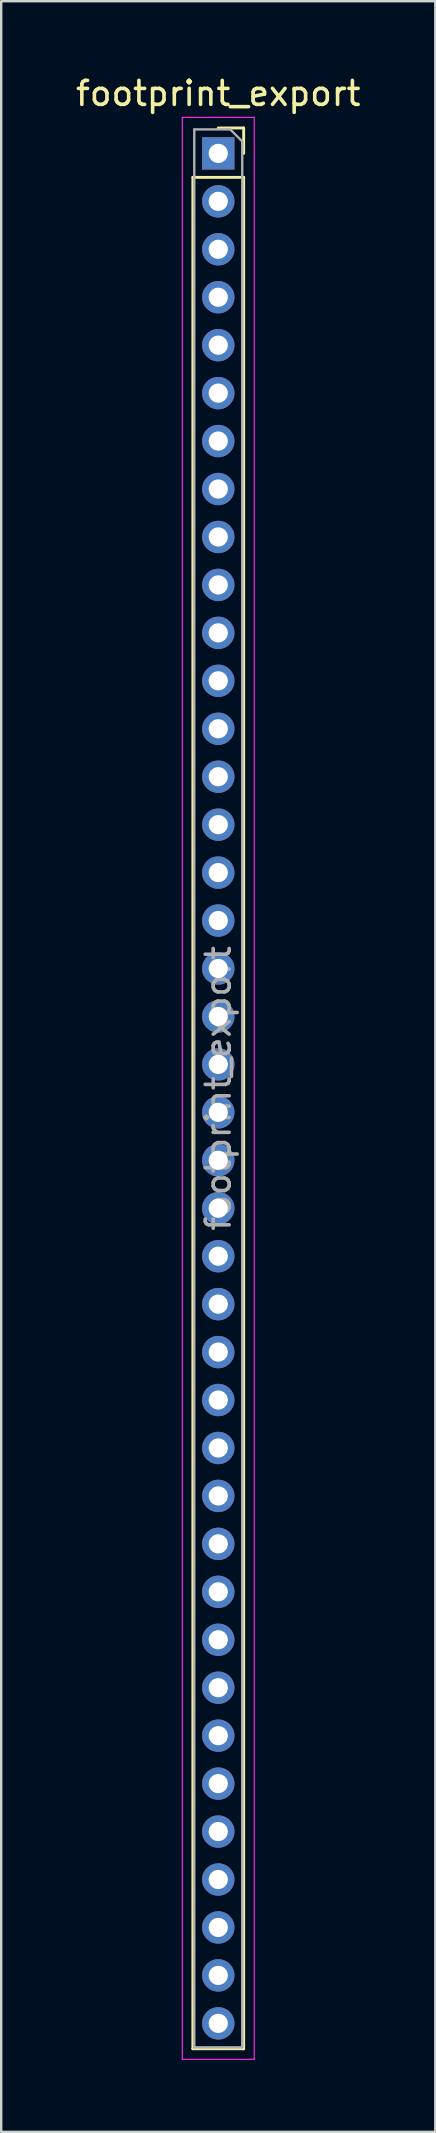
<source format=kicad_pcb>
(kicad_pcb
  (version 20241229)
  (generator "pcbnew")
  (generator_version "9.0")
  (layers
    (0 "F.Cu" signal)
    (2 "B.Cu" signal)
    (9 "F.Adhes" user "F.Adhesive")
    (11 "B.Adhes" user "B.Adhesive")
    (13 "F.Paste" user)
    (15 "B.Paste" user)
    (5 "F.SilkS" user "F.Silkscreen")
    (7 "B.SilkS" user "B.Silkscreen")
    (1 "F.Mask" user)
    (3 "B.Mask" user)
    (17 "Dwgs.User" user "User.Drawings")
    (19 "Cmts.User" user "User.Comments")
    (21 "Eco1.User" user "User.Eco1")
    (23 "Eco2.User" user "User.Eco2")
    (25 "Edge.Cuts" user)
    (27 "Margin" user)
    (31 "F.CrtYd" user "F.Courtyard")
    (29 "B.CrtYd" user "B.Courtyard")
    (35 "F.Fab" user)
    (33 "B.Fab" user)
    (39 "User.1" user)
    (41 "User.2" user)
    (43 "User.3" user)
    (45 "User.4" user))
  (footprint "footprint_export"
    (layer "F.Cu")
    (at 6.054 3.348)
    (property "Reference" "footprint_export" (at 0 -2.5 0) (layer "F.SilkS") (effects (font (size 1 1) (thickness 0.15))))
    (attr through_hole)
    (fp_line (start -1.06 1) (end -1.06 79.06) (stroke (width 0.12) (type solid)) (layer "F.SilkS"))
    (fp_line (start -1.06 1) (end 1.06 1) (stroke (width 0.12) (type solid)) (layer "F.SilkS"))
    (fp_line (start -1.06 79.06) (end 1.06 79.06) (stroke (width 0.12) (type solid)) (layer "F.SilkS"))
    (fp_line (start 0 -1.06) (end 1.06 -1.06) (stroke (width 0.12) (type solid)) (layer "F.SilkS"))
    (fp_line (start 1.06 -1.06) (end 1.06 0) (stroke (width 0.12) (type solid)) (layer "F.SilkS"))
    (fp_line (start 1.06 1) (end 1.06 79.06) (stroke (width 0.12) (type solid)) (layer "F.SilkS"))
    (fp_line (start -1.5 -1.5) (end 1.5 -1.5) (stroke (width 0.05) (type solid)) (layer "F.CrtYd"))
    (fp_line (start -1.5 79.5) (end -1.5 -1.5) (stroke (width 0.05) (type solid)) (layer "F.CrtYd"))
    (fp_line (start 1.5 -1.5) (end 1.5 79.5) (stroke (width 0.05) (type solid)) (layer "F.CrtYd"))
    (fp_line (start 1.5 79.5) (end -1.5 79.5) (stroke (width 0.05) (type solid)) (layer "F.CrtYd"))
    (fp_line (start -1 -1) (end 0.5 -1) (stroke (width 0.1) (type solid)) (layer "F.Fab"))
    (fp_line (start -1 79) (end -1 -1) (stroke (width 0.1) (type solid)) (layer "F.Fab"))
    (fp_line (start 0.5 -1) (end 1 -0.5) (stroke (width 0.1) (type solid)) (layer "F.Fab"))
    (fp_line (start 1 -0.5) (end 1 79) (stroke (width 0.1) (type solid)) (layer "F.Fab"))
    (fp_line (start 1 79) (end -1 79) (stroke (width 0.1) (type solid)) (layer "F.Fab"))
    (fp_text user "${REFERENCE}" (at 0 39 90) (layer "F.Fab") (effects (font (size 1 1) (thickness 0.15))))
    (pad "1" thru_hole rect (at 0 0) (size 1.35 1.35) (drill 0.8) (layers "*.Cu" "*.Mask"))
    (pad "2" thru_hole oval (at 0 2) (size 1.35 1.35) (drill 0.8) (layers "*.Cu" "*.Mask"))
    (pad "3" thru_hole oval (at 0 4) (size 1.35 1.35) (drill 0.8) (layers "*.Cu" "*.Mask"))
    (pad "4" thru_hole oval (at 0 6) (size 1.35 1.35) (drill 0.8) (layers "*.Cu" "*.Mask"))
    (pad "5" thru_hole oval (at 0 8) (size 1.35 1.35) (drill 0.8) (layers "*.Cu" "*.Mask"))
    (pad "6" thru_hole oval (at 0 10) (size 1.35 1.35) (drill 0.8) (layers "*.Cu" "*.Mask"))
    (pad "7" thru_hole oval (at 0 12) (size 1.35 1.35) (drill 0.8) (layers "*.Cu" "*.Mask"))
    (pad "8" thru_hole oval (at 0 14) (size 1.35 1.35) (drill 0.8) (layers "*.Cu" "*.Mask"))
    (pad "9" thru_hole oval (at 0 16) (size 1.35 1.35) (drill 0.8) (layers "*.Cu" "*.Mask"))
    (pad "10" thru_hole oval (at 0 18) (size 1.35 1.35) (drill 0.8) (layers "*.Cu" "*.Mask"))
    (pad "11" thru_hole oval (at 0 20) (size 1.35 1.35) (drill 0.8) (layers "*.Cu" "*.Mask"))
    (pad "12" thru_hole oval (at 0 22) (size 1.35 1.35) (drill 0.8) (layers "*.Cu" "*.Mask"))
    (pad "13" thru_hole oval (at 0 24) (size 1.35 1.35) (drill 0.8) (layers "*.Cu" "*.Mask"))
    (pad "14" thru_hole oval (at 0 26) (size 1.35 1.35) (drill 0.8) (layers "*.Cu" "*.Mask"))
    (pad "15" thru_hole oval (at 0 28) (size 1.35 1.35) (drill 0.8) (layers "*.Cu" "*.Mask"))
    (pad "16" thru_hole oval (at 0 30) (size 1.35 1.35) (drill 0.8) (layers "*.Cu" "*.Mask"))
    (pad "17" thru_hole oval (at 0 32) (size 1.35 1.35) (drill 0.8) (layers "*.Cu" "*.Mask"))
    (pad "18" thru_hole oval (at 0 34) (size 1.35 1.35) (drill 0.8) (layers "*.Cu" "*.Mask"))
    (pad "19" thru_hole oval (at 0 36) (size 1.35 1.35) (drill 0.8) (layers "*.Cu" "*.Mask"))
    (pad "20" thru_hole oval (at 0 38) (size 1.35 1.35) (drill 0.8) (layers "*.Cu" "*.Mask"))
    (pad "21" thru_hole oval (at 0 40) (size 1.35 1.35) (drill 0.8) (layers "*.Cu" "*.Mask"))
    (pad "22" thru_hole oval (at 0 42) (size 1.35 1.35) (drill 0.8) (layers "*.Cu" "*.Mask"))
    (pad "23" thru_hole oval (at 0 44) (size 1.35 1.35) (drill 0.8) (layers "*.Cu" "*.Mask"))
    (pad "24" thru_hole oval (at 0 46) (size 1.35 1.35) (drill 0.8) (layers "*.Cu" "*.Mask"))
    (pad "25" thru_hole oval (at 0 48) (size 1.35 1.35) (drill 0.8) (layers "*.Cu" "*.Mask"))
    (pad "26" thru_hole oval (at 0 50) (size 1.35 1.35) (drill 0.8) (layers "*.Cu" "*.Mask"))
    (pad "27" thru_hole oval (at 0 52) (size 1.35 1.35) (drill 0.8) (layers "*.Cu" "*.Mask"))
    (pad "28" thru_hole oval (at 0 54) (size 1.35 1.35) (drill 0.8) (layers "*.Cu" "*.Mask"))
    (pad "29" thru_hole oval (at 0 56) (size 1.35 1.35) (drill 0.8) (layers "*.Cu" "*.Mask"))
    (pad "30" thru_hole oval (at 0 58) (size 1.35 1.35) (drill 0.8) (layers "*.Cu" "*.Mask"))
    (pad "31" thru_hole oval (at 0 60) (size 1.35 1.35) (drill 0.8) (layers "*.Cu" "*.Mask"))
    (pad "32" thru_hole oval (at 0 62) (size 1.35 1.35) (drill 0.8) (layers "*.Cu" "*.Mask"))
    (pad "33" thru_hole oval (at 0 64) (size 1.35 1.35) (drill 0.8) (layers "*.Cu" "*.Mask"))
    (pad "34" thru_hole oval (at 0 66) (size 1.35 1.35) (drill 0.8) (layers "*.Cu" "*.Mask"))
    (pad "35" thru_hole oval (at 0 68) (size 1.35 1.35) (drill 0.8) (layers "*.Cu" "*.Mask"))
    (pad "36" thru_hole oval (at 0 70) (size 1.35 1.35) (drill 0.8) (layers "*.Cu" "*.Mask"))
    (pad "37" thru_hole oval (at 0 72) (size 1.35 1.35) (drill 0.8) (layers "*.Cu" "*.Mask"))
    (pad "38" thru_hole oval (at 0 74) (size 1.35 1.35) (drill 0.8) (layers "*.Cu" "*.Mask"))
    (pad "39" thru_hole oval (at 0 76) (size 1.35 1.35) (drill 0.8) (layers "*.Cu" "*.Mask"))
    (pad "40" thru_hole oval (at 0 78) (size 1.35 1.35) (drill 0.8) (layers "*.Cu" "*.Mask")))
  (gr_rect
    (start -3 -3)
    (end 15.107 85.873)
    (stroke (width 0.1) (type default))
    (fill no)
    (layer "Edge.Cuts")))
</source>
